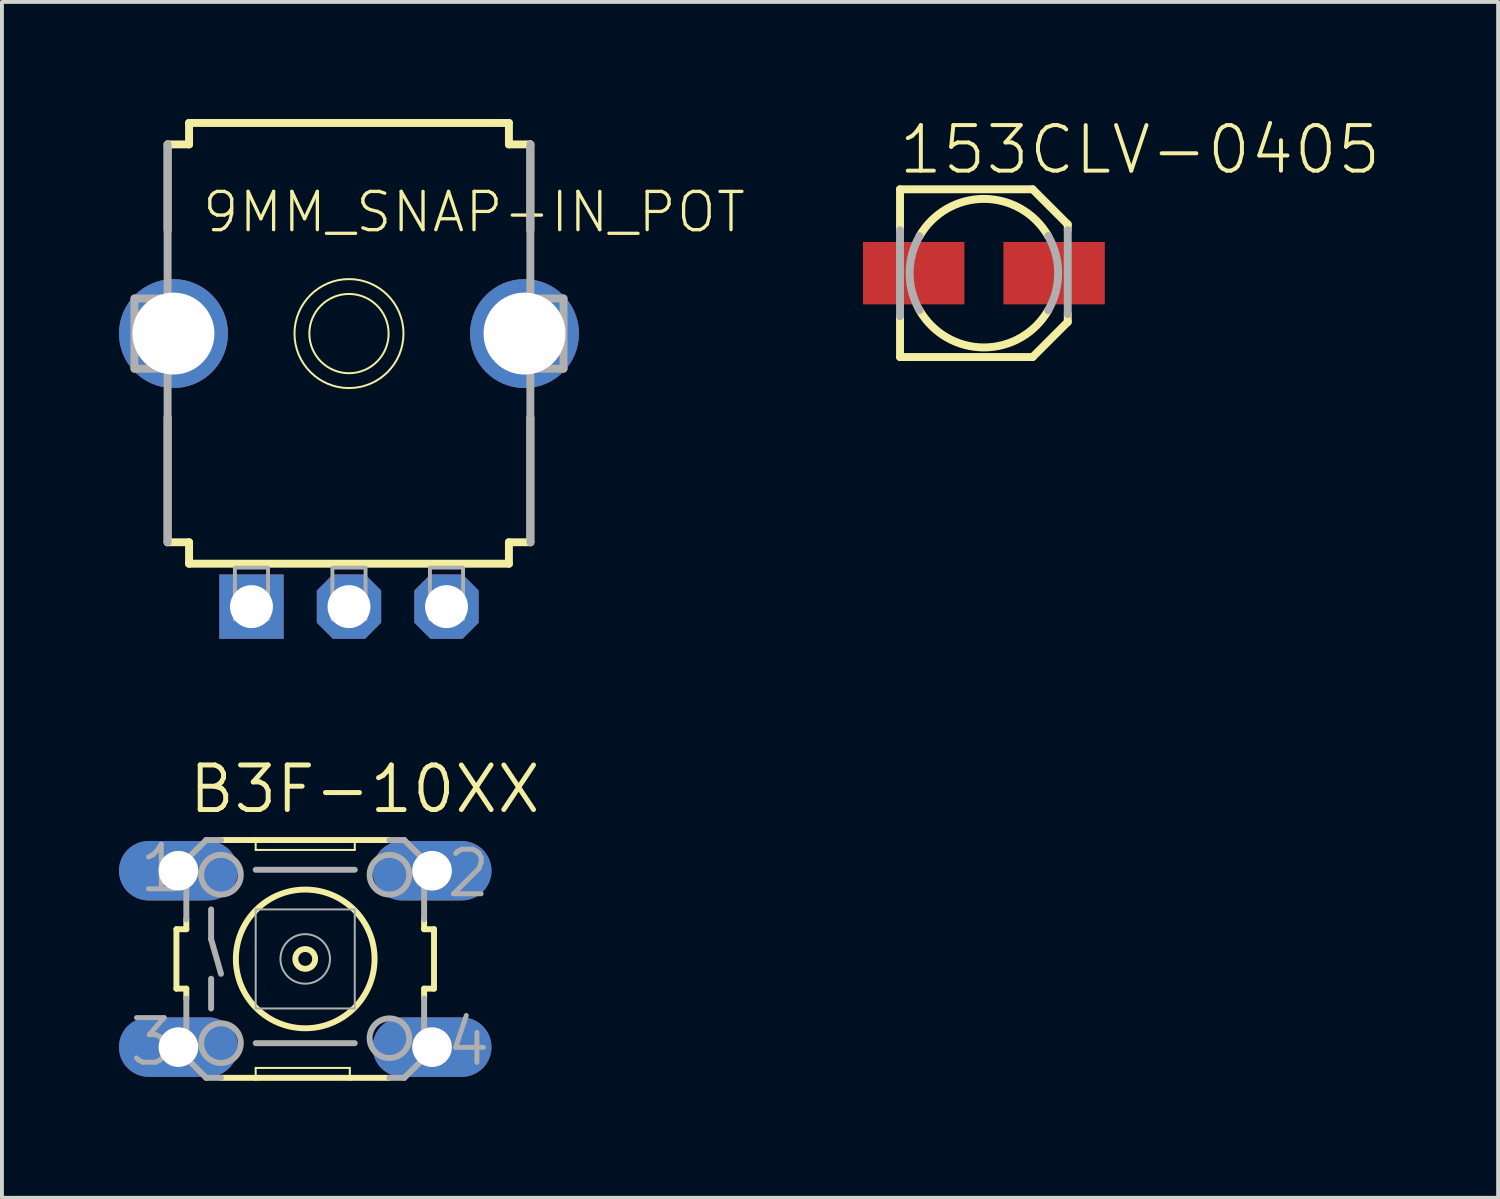
<source format=kicad_pcb>
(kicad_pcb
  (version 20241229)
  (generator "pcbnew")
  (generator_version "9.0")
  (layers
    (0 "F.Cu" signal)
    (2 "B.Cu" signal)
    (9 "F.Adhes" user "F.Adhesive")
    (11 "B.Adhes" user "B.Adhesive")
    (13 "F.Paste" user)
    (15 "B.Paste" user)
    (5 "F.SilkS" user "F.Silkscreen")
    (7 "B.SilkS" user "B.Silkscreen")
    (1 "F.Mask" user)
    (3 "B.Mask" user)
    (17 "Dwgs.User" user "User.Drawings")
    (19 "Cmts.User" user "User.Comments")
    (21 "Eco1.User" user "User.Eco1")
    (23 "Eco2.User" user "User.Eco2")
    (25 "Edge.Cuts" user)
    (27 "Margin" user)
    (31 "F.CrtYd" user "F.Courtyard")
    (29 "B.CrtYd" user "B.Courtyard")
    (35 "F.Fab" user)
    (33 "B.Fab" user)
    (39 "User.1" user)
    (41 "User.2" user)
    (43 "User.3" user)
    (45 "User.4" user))
  (footprint "9MM_SNAP-IN_POT"
    (layer "F.Cu")
    (at 5.897 5.502)
    (property "Reference" "9MM_SNAP-IN_POT" (at -3.81 -2.54 0) (layer "F.SilkS") (effects (font (size 0.981 0.981) (thickness 0.085)) (justify left bottom)))
    (fp_line (start -4.65 -2.65) (end -4.65 -4.85) (stroke (width 0.203) (type solid)) (layer "F.SilkS"))
    (fp_line (start -4.65 5.35) (end -4.65 2.15) (stroke (width 0.203) (type solid)) (layer "F.SilkS"))
    (fp_line (start -4.65 5.35) (end -4.1 5.35) (stroke (width 0.203) (type solid)) (layer "F.SilkS"))
    (fp_line (start -4.1 -5.4) (end -4.1 -4.85) (stroke (width 0.203) (type solid)) (layer "F.SilkS"))
    (fp_line (start -4.1 -5.4) (end 4.1 -5.4) (stroke (width 0.203) (type solid)) (layer "F.SilkS"))
    (fp_line (start -4.1 -4.85) (end -4.65 -4.85) (stroke (width 0.203) (type solid)) (layer "F.SilkS"))
    (fp_line (start -4.1 5.35) (end -4.1 5.9) (stroke (width 0.203) (type solid)) (layer "F.SilkS"))
    (fp_line (start 4.1 -4.85) (end 4.1 -5.4) (stroke (width 0.203) (type solid)) (layer "F.SilkS"))
    (fp_line (start 4.1 5.35) (end 4.65 5.35) (stroke (width 0.203) (type solid)) (layer "F.SilkS"))
    (fp_line (start 4.1 5.9) (end -4.1 5.9) (stroke (width 0.203) (type solid)) (layer "F.SilkS"))
    (fp_line (start 4.1 5.9) (end 4.1 5.35) (stroke (width 0.203) (type solid)) (layer "F.SilkS"))
    (fp_line (start 4.65 -4.85) (end 4.1 -4.85) (stroke (width 0.203) (type solid)) (layer "F.SilkS"))
    (fp_line (start 4.65 -4.85) (end 4.65 -2.65) (stroke (width 0.203) (type solid)) (layer "F.SilkS"))
    (fp_line (start 4.65 2.15) (end 4.65 5.35) (stroke (width 0.203) (type solid)) (layer "F.SilkS"))
    (fp_circle (center 0 0) (end 1.016 0) (stroke (width 0.051) (type solid)) (fill no) (layer "F.SilkS"))
    (fp_circle (center 0 0) (end 1.397 0) (stroke (width 0.051) (type solid)) (fill no) (layer "F.SilkS"))
    (fp_line (start -5.5 -0.9) (end -5.5 0.9) (stroke (width 0.203) (type solid)) (layer "F.Fab"))
    (fp_line (start -5.5 0.9) (end -4.75 0.9) (stroke (width 0.203) (type solid)) (layer "F.Fab"))
    (fp_line (start -4.75 -0.9) (end -5.5 -0.9) (stroke (width 0.203) (type solid)) (layer "F.Fab"))
    (fp_line (start -4.65 5.35) (end -4.65 -4.85) (stroke (width 0.203) (type solid)) (layer "F.Fab"))
    (fp_line (start 4.65 -4.85) (end 4.65 5.35) (stroke (width 0.203) (type solid)) (layer "F.Fab"))
    (fp_line (start 4.75 0.9) (end 5.5 0.9) (stroke (width 0.203) (type solid)) (layer "F.Fab"))
    (fp_line (start 5.5 -0.9) (end 4.75 -0.9) (stroke (width 0.203) (type solid)) (layer "F.Fab"))
    (fp_line (start 5.5 0.9) (end 5.5 -0.9) (stroke (width 0.203) (type solid)) (layer "F.Fab"))
    (fp_poly (pts (xy -2.925 7.325) (xy -2.075 7.325) (xy -2.075 6) (xy -2.925 6)) (stroke (width 0.1) (type solid)) (fill no) (layer "F.Fab"))
    (fp_poly (pts (xy -0.425 7.325) (xy 0.425 7.325) (xy 0.425 6) (xy -0.425 6)) (stroke (width 0.1) (type solid)) (fill no) (layer "F.Fab"))
    (fp_poly (pts (xy 2.075 7.325) (xy 2.925 7.325) (xy 2.925 6) (xy 2.075 6)) (stroke (width 0.1) (type solid)) (fill no) (layer "F.Fab"))
    (pad "1" thru_hole rect (at -2.5 7 270) (size 1.65 1.65) (drill 1.1) (layers "*.Cu" "*.Mask"))
    (pad "2" thru_hole roundrect (at 0 7 270) (size 1.65 1.65) (drill 1.1) (layers "*.Cu" "*.Mask") (roundrect_rratio 0.25) (chamfer_ratio 0.25) (chamfer top_left top_right bottom_left bottom_right))
    (pad "3" thru_hole roundrect (at 2.5 7 270) (size 1.65 1.65) (drill 1.1) (layers "*.Cu" "*.Mask") (roundrect_rratio 0.25) (chamfer_ratio 0.25) (chamfer top_left top_right bottom_left bottom_right))
    (pad "CHASSIS1" thru_hole circle (at -4.5 0 270) (size 2.794 2.794) (drill 2.1) (layers "*.Cu" "*.Mask"))
    (pad "CHASSIS2" thru_hole circle (at 4.5 0 270) (size 2.794 2.794) (drill 2.1) (layers "*.Cu" "*.Mask")))
  (footprint "B3F-10XX"
    (layer "F.Cu")
    (at 4.775 21.534)
    (property "Reference" "B3F-10XX" (at -3.048 -3.683 0) (layer "F.SilkS") (effects (font (size 1.143 1.143) (thickness 0.127)) (justify left bottom)))
    (fp_line (start -3.302 -0.762) (end -3.302 0.762) (stroke (width 0.152) (type solid)) (layer "F.SilkS"))
    (fp_line (start -3.302 -0.762) (end -3.048 -0.762) (stroke (width 0.152) (type solid)) (layer "F.SilkS"))
    (fp_line (start -3.048 -0.762) (end -3.048 -1.016) (stroke (width 0.152) (type solid)) (layer "F.SilkS"))
    (fp_line (start -3.048 0.762) (end -3.302 0.762) (stroke (width 0.152) (type solid)) (layer "F.SilkS"))
    (fp_line (start -3.048 0.762) (end -3.048 1.016) (stroke (width 0.152) (type solid)) (layer "F.SilkS"))
    (fp_line (start -2.159 3.048) (end -1.27 3.048) (stroke (width 0.152) (type solid)) (layer "F.SilkS"))
    (fp_line (start -1.27 -3.048) (end -2.159 -3.048) (stroke (width 0.152) (type solid)) (layer "F.SilkS"))
    (fp_line (start -1.27 -3.048) (end -1.27 -2.794) (stroke (width 0.051) (type solid)) (layer "F.SilkS"))
    (fp_line (start -1.27 2.794) (end -1.27 3.048) (stroke (width 0.051) (type solid)) (layer "F.SilkS"))
    (fp_line (start -1.27 3.048) (end 1.143 3.048) (stroke (width 0.152) (type solid)) (layer "F.SilkS"))
    (fp_line (start 1.143 2.794) (end -1.27 2.794) (stroke (width 0.051) (type solid)) (layer "F.SilkS"))
    (fp_line (start 1.143 2.794) (end 1.143 3.048) (stroke (width 0.051) (type solid)) (layer "F.SilkS"))
    (fp_line (start 1.143 3.048) (end 2.159 3.048) (stroke (width 0.152) (type solid)) (layer "F.SilkS"))
    (fp_line (start 1.27 -3.048) (end -1.27 -3.048) (stroke (width 0.152) (type solid)) (layer "F.SilkS"))
    (fp_line (start 1.27 -2.794) (end -1.27 -2.794) (stroke (width 0.051) (type solid)) (layer "F.SilkS"))
    (fp_line (start 1.27 -2.794) (end 1.27 -3.048) (stroke (width 0.051) (type solid)) (layer "F.SilkS"))
    (fp_line (start 2.159 -3.048) (end 1.27 -3.048) (stroke (width 0.152) (type solid)) (layer "F.SilkS"))
    (fp_line (start 3.048 -0.762) (end 3.048 -1.016) (stroke (width 0.152) (type solid)) (layer "F.SilkS"))
    (fp_line (start 3.048 -0.762) (end 3.302 -0.762) (stroke (width 0.152) (type solid)) (layer "F.SilkS"))
    (fp_line (start 3.048 0.762) (end 3.048 1.016) (stroke (width 0.152) (type solid)) (layer "F.SilkS"))
    (fp_line (start 3.302 0.762) (end 3.048 0.762) (stroke (width 0.152) (type solid)) (layer "F.SilkS"))
    (fp_line (start 3.302 0.762) (end 3.302 -0.762) (stroke (width 0.152) (type solid)) (layer "F.SilkS"))
    (fp_circle (center 0 0) (end 0.254 0) (stroke (width 0.152) (type solid)) (fill no) (layer "F.SilkS"))
    (fp_circle (center 0 0) (end 1.778 0) (stroke (width 0.152) (type solid)) (fill no) (layer "F.SilkS"))
    (fp_line (start -3.048 -2.54) (end -3.048 -1.016) (stroke (width 0.152) (type solid)) (layer "F.Fab"))
    (fp_line (start -3.048 2.54) (end -3.048 1.016) (stroke (width 0.152) (type solid)) (layer "F.Fab"))
    (fp_line (start -2.54 -3.048) (end -3.048 -2.54) (stroke (width 0.152) (type solid)) (layer "F.Fab"))
    (fp_line (start -2.54 -3.048) (end -2.159 -3.048) (stroke (width 0.152) (type solid)) (layer "F.Fab"))
    (fp_line (start -2.54 3.048) (end -3.048 2.54) (stroke (width 0.152) (type solid)) (layer "F.Fab"))
    (fp_line (start -2.54 3.048) (end -2.159 3.048) (stroke (width 0.152) (type solid)) (layer "F.Fab"))
    (fp_line (start -2.413 -1.27) (end -2.413 -0.508) (stroke (width 0.152) (type solid)) (layer "F.Fab"))
    (fp_line (start -2.413 -0.508) (end -2.159 0.381) (stroke (width 0.152) (type solid)) (layer "F.Fab"))
    (fp_line (start -2.413 0.508) (end -2.413 1.27) (stroke (width 0.152) (type solid)) (layer "F.Fab"))
    (fp_line (start -1.27 -1.27) (end -1.27 1.27) (stroke (width 0.051) (type solid)) (layer "F.Fab"))
    (fp_line (start -1.27 -1.27) (end 1.27 -1.27) (stroke (width 0.051) (type solid)) (layer "F.Fab"))
    (fp_line (start -1.27 2.159) (end 1.27 2.159) (stroke (width 0.152) (type solid)) (layer "F.Fab"))
    (fp_line (start 1.27 -2.286) (end -1.27 -2.286) (stroke (width 0.152) (type solid)) (layer "F.Fab"))
    (fp_line (start 1.27 1.27) (end -1.27 1.27) (stroke (width 0.051) (type solid)) (layer "F.Fab"))
    (fp_line (start 1.27 1.27) (end 1.27 -1.27) (stroke (width 0.051) (type solid)) (layer "F.Fab"))
    (fp_line (start 2.54 -3.048) (end 2.159 -3.048) (stroke (width 0.152) (type solid)) (layer "F.Fab"))
    (fp_line (start 2.54 3.048) (end 2.159 3.048) (stroke (width 0.152) (type solid)) (layer "F.Fab"))
    (fp_line (start 2.54 3.048) (end 3.048 2.54) (stroke (width 0.152) (type solid)) (layer "F.Fab"))
    (fp_line (start 3.048 -2.54) (end 2.54 -3.048) (stroke (width 0.152) (type solid)) (layer "F.Fab"))
    (fp_line (start 3.048 -1.016) (end 3.048 -2.54) (stroke (width 0.152) (type solid)) (layer "F.Fab"))
    (fp_line (start 3.048 2.54) (end 3.048 1.016) (stroke (width 0.152) (type solid)) (layer "F.Fab"))
    (fp_circle (center -2.159 -2.159) (end -1.651 -2.159) (stroke (width 0.152) (type solid)) (fill no) (layer "F.Fab"))
    (fp_circle (center -2.159 2.159) (end -1.651 2.159) (stroke (width 0.152) (type solid)) (fill no) (layer "F.Fab"))
    (fp_circle (center 0 0) (end 0.635 0) (stroke (width 0.051) (type solid)) (fill no) (layer "F.Fab"))
    (fp_circle (center 2.159 -2.159) (end 2.667 -2.159) (stroke (width 0.152) (type solid)) (fill no) (layer "F.Fab"))
    (fp_circle (center 2.159 2.032) (end 2.667 2.032) (stroke (width 0.152) (type solid)) (fill no) (layer "F.Fab"))
    (fp_text user "3" (at -4.572 2.794 0) (layer "F.Fab") (effects (font (size 1.143 1.143) (thickness 0.127)) (justify left bottom)))
    (fp_text user "2" (at 3.556 -1.524 0) (layer "F.Fab") (effects (font (size 1.143 1.143) (thickness 0.127)) (justify left bottom)))
    (fp_text user "4" (at 3.556 2.794 0) (layer "F.Fab") (effects (font (size 1.143 1.143) (thickness 0.127)) (justify left bottom)))
    (fp_text user "1" (at -4.318 -1.651 0) (layer "F.Fab") (effects (font (size 1.143 1.143) (thickness 0.127)) (justify left bottom)))
    (pad "1" thru_hole oval (at -3.251 -2.261) (size 3.048 1.524) (drill 1.016) (layers "*.Cu" "*.Mask"))
    (pad "2" thru_hole oval (at 3.251 -2.261) (size 3.048 1.524) (drill 1.016) (layers "*.Cu" "*.Mask"))
    (pad "3" thru_hole oval (at -3.251 2.261) (size 3.048 1.524) (drill 1.016) (layers "*.Cu" "*.Mask"))
    (pad "4" thru_hole oval (at 3.251 2.261) (size 3.048 1.524) (drill 1.016) (layers "*.Cu" "*.Mask")))
  (footprint "153CLV-0405"
    (layer "F.Cu")
    (at 22.174 3.953)
    (property "Reference" "153CLV-0405" (at -2.24 -2.48 0) (layer "F.SilkS") (effects (font (size 1.168 1.168) (thickness 0.102)) (justify left bottom)))
    (fp_line (start -2.15 -2.15) (end 1.25 -2.15) (stroke (width 0.203) (type solid)) (layer "F.SilkS"))
    (fp_line (start -2.15 -1.1) (end -2.15 -2.15) (stroke (width 0.203) (type solid)) (layer "F.SilkS"))
    (fp_line (start -2.15 2.15) (end -2.15 1.1) (stroke (width 0.203) (type solid)) (layer "F.SilkS"))
    (fp_line (start 1.25 -2.15) (end 2.15 -1.25) (stroke (width 0.203) (type solid)) (layer "F.SilkS"))
    (fp_line (start 1.25 2.15) (end -2.15 2.15) (stroke (width 0.203) (type solid)) (layer "F.SilkS"))
    (fp_line (start 2.15 -1.25) (end 2.15 -1.1) (stroke (width 0.203) (type solid)) (layer "F.SilkS"))
    (fp_line (start 2.15 1.05) (end 2.15 1.25) (stroke (width 0.203) (type solid)) (layer "F.SilkS"))
    (fp_line (start 2.15 1.25) (end 1.25 2.15) (stroke (width 0.203) (type solid)) (layer "F.SilkS"))
    (fp_arc (start -1.65 -0.95) (mid 0 -1.903943) (end 1.65 -0.95) (stroke (width 0.2032) (type solid)) (layer "F.SilkS"))
    (fp_arc (start 1.65 0.95) (mid 0 1.903943) (end -1.65 0.95) (stroke (width 0.2032) (type solid)) (layer "F.SilkS"))
    (fp_line (start -2.15 1.1) (end -2.15 -1.1) (stroke (width 0.203) (type solid)) (layer "F.Fab"))
    (fp_line (start 2.15 -1.1) (end 2.15 1.05) (stroke (width 0.203) (type solid)) (layer "F.Fab"))
    (fp_arc (start -1.65 0.95) (mid -1.903943 0) (end -1.65 -0.95) (stroke (width 0.2032) (type solid)) (layer "F.Fab"))
    (fp_arc (start 1.65 -0.95) (mid 1.903943 0) (end 1.65 0.95) (stroke (width 0.2032) (type solid)) (layer "F.Fab"))
    (pad "+" smd rect (at 1.8 0) (size 2.6 1.6) (layers "F.Cu" "F.Mask" "F.Paste"))
    (pad "-" smd rect (at -1.8 0) (size 2.6 1.6) (layers "F.Cu" "F.Mask" "F.Paste")))
  (gr_rect
    (start -3 -3)
    (end 35.357 27.658)
    (stroke (width 0.1) (type default))
    (fill no)
    (layer "Edge.Cuts")))
</source>
